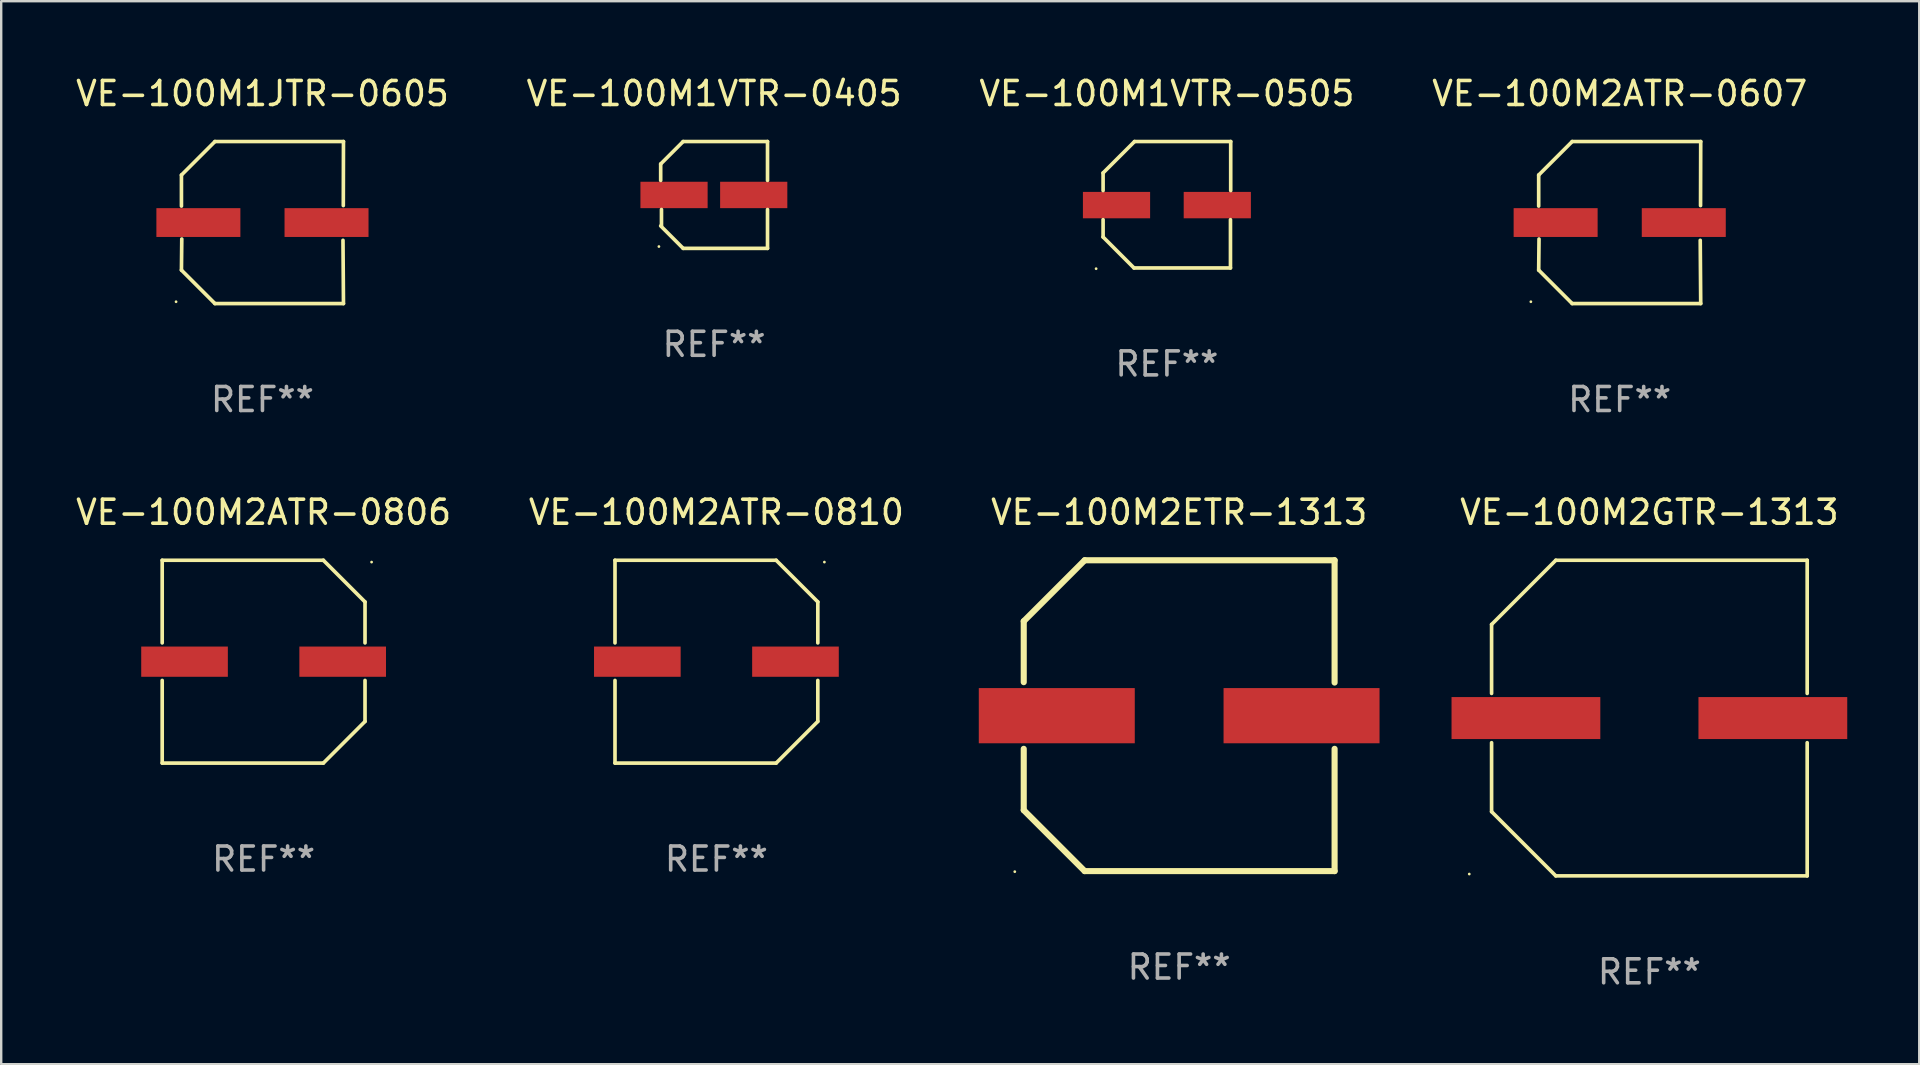
<source format=kicad_pcb>
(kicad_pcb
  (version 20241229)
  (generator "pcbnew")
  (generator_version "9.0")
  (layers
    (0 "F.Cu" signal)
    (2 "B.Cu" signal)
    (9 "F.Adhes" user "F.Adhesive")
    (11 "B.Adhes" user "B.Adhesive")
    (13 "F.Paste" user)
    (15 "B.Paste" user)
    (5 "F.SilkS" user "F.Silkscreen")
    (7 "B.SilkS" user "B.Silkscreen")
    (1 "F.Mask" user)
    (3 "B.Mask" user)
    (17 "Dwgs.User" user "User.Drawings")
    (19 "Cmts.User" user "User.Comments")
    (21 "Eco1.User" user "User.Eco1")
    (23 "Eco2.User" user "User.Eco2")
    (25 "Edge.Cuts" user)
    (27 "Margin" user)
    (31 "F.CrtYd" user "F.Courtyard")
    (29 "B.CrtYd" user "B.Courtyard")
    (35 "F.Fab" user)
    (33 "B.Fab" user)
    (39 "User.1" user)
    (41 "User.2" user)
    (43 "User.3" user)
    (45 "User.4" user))
  (footprint "VE-100M2ETR-1313"
    (layer "F.Cu")
    (at 46.088 26.774)
    (property "Reference" "VE-100M2ETR-1313" (at 0 -8.477 0) (layer "F.SilkS") (effects (font (size 1 1) (thickness 0.15))))
    (attr through_hole)
    (fp_line (start -6.477 -3.937) (end -6.477 -1.397) (stroke (width 0.254) (type solid)) (layer "F.SilkS"))
    (fp_line (start -6.477 1.381) (end -6.477 3.937) (stroke (width 0.254) (type solid)) (layer "F.SilkS"))
    (fp_line (start -6.477 3.937) (end -3.937 6.477) (stroke (width 0.254) (type solid)) (layer "F.SilkS"))
    (fp_line (start -3.937 -6.477) (end -6.477 -3.937) (stroke (width 0.254) (type solid)) (layer "F.SilkS"))
    (fp_line (start -3.937 6.477) (end 6.477 6.477) (stroke (width 0.254) (type solid)) (layer "F.SilkS"))
    (fp_line (start 6.477 -6.477) (end -3.937 -6.477) (stroke (width 0.254) (type solid)) (layer "F.SilkS"))
    (fp_line (start 6.477 -1.381) (end 6.477 -6.477) (stroke (width 0.254) (type solid)) (layer "F.SilkS"))
    (fp_line (start 6.477 6.477) (end 6.477 1.381) (stroke (width 0.254) (type solid)) (layer "F.SilkS"))
    (fp_circle (center -6.85 6.5) (end -6.82 6.5) (stroke (width 0.06) (type solid)) (fill no) (layer "F.SilkS"))
    (fp_text user "REF**" (at 0 10.477 0) (layer "F.Fab") (effects (font (size 1 1) (thickness 0.15))))
    (pad "1" smd rect (at -5.1 0) (size 6.5 2.3) (layers "F.Cu" "F.Mask" "F.Paste"))
    (pad "2" smd rect (at 5.1 0) (size 6.5 2.3) (layers "F.Cu" "F.Mask" "F.Paste")))
  (footprint "VE-100M1JTR-0605"
    (layer "F.Cu")
    (at 7.887 6.224)
    (property "Reference" "VE-100M1JTR-0605" (at 0 -5.376 0) (layer "F.SilkS") (effects (font (size 1 1) (thickness 0.15))))
    (attr through_hole)
    (fp_line (start -3.376 -1.98) (end -3.376 -0.686) (stroke (width 0.152) (type solid)) (layer "F.SilkS"))
    (fp_line (start -3.376 1.981) (end -3.362 0.686) (stroke (width 0.152) (type solid)) (layer "F.SilkS"))
    (fp_line (start -1.981 3.376) (end -3.376 1.981) (stroke (width 0.152) (type solid)) (layer "F.SilkS"))
    (fp_line (start -1.98 -3.376) (end -3.376 -1.98) (stroke (width 0.152) (type solid)) (layer "F.SilkS"))
    (fp_line (start 3.356 0.74) (end 3.376 3.376) (stroke (width 0.152) (type solid)) (layer "F.SilkS"))
    (fp_line (start 3.369 -0.707) (end 3.376 -3.376) (stroke (width 0.152) (type solid)) (layer "F.SilkS"))
    (fp_line (start 3.376 3.376) (end -1.981 3.376) (stroke (width 0.152) (type solid)) (layer "F.SilkS"))
    (fp_line (start 3.376 -3.376) (end -1.98 -3.376) (stroke (width 0.152) (type solid)) (layer "F.SilkS"))
    (fp_circle (center -3.6 3.3) (end -3.57 3.3) (stroke (width 0.06) (type solid)) (fill no) (layer "F.SilkS"))
    (fp_text user "REF**" (at 0 7.376 0) (layer "F.Fab") (effects (font (size 1 1) (thickness 0.15))))
    (pad "1" smd rect (at -2.67 0.000381) (size 3.5 1.2) (layers "F.Cu" "F.Mask" "F.Paste"))
    (pad "2" smd rect (at 2.67 0.000381) (size 3.5 1.2) (layers "F.Cu" "F.Mask" "F.Paste")))
  (footprint "VE-100M2ATR-0607"
    (layer "F.Cu")
    (at 64.446 6.224)
    (property "Reference" "VE-100M2ATR-0607" (at 0 -5.376 0) (layer "F.SilkS") (effects (font (size 1 1) (thickness 0.15))))
    (attr through_hole)
    (fp_line (start -3.376 -1.98) (end -3.376 -0.686) (stroke (width 0.152) (type solid)) (layer "F.SilkS"))
    (fp_line (start -3.376 1.981) (end -3.362 0.686) (stroke (width 0.152) (type solid)) (layer "F.SilkS"))
    (fp_line (start -1.981 3.376) (end -3.376 1.981) (stroke (width 0.152) (type solid)) (layer "F.SilkS"))
    (fp_line (start -1.98 -3.376) (end -3.376 -1.98) (stroke (width 0.152) (type solid)) (layer "F.SilkS"))
    (fp_line (start 3.356 0.74) (end 3.376 3.376) (stroke (width 0.152) (type solid)) (layer "F.SilkS"))
    (fp_line (start 3.369 -0.707) (end 3.376 -3.376) (stroke (width 0.152) (type solid)) (layer "F.SilkS"))
    (fp_line (start 3.376 3.376) (end -1.981 3.376) (stroke (width 0.152) (type solid)) (layer "F.SilkS"))
    (fp_line (start 3.376 -3.376) (end -1.98 -3.376) (stroke (width 0.152) (type solid)) (layer "F.SilkS"))
    (fp_circle (center -3.702 3.3) (end -3.672 3.3) (stroke (width 0.06) (type solid)) (fill no) (layer "F.SilkS"))
    (fp_text user "REF**" (at 0 7.376 0) (layer "F.Fab") (effects (font (size 1 1) (thickness 0.15))))
    (pad "1" smd rect (at -2.67 0.000203) (size 3.5 1.2) (layers "F.Cu" "F.Mask" "F.Paste"))
    (pad "2" smd rect (at 2.67 0.000203) (size 3.5 1.2) (layers "F.Cu" "F.Mask" "F.Paste")))
  (footprint "VE-100M1VTR-0405"
    (layer "F.Cu")
    (at 26.708 5.074)
    (property "Reference" "VE-100M1VTR-0405" (at 0 -4.226 0) (layer "F.SilkS") (effects (font (size 1 1) (thickness 0.15))))
    (attr through_hole)
    (fp_line (start -2.226 -1.29) (end -2.226 -0.607) (stroke (width 0.152) (type solid)) (layer "F.SilkS"))
    (fp_line (start -2.193 1.29) (end -2.193 0.607) (stroke (width 0.152) (type solid)) (layer "F.SilkS"))
    (fp_line (start -1.29 2.226) (end -2.226 1.29) (stroke (width 0.152) (type solid)) (layer "F.SilkS"))
    (fp_line (start -1.29 -2.226) (end -2.226 -1.29) (stroke (width 0.152) (type solid)) (layer "F.SilkS"))
    (fp_line (start 2.226 -2.226) (end -1.29 -2.226) (stroke (width 0.152) (type solid)) (layer "F.SilkS"))
    (fp_line (start 2.226 -0.607) (end 2.226 -2.226) (stroke (width 0.152) (type solid)) (layer "F.SilkS"))
    (fp_line (start 2.226 0.607) (end 2.226 2.226) (stroke (width 0.152) (type solid)) (layer "F.SilkS"))
    (fp_line (start 2.226 2.226) (end -1.29 2.226) (stroke (width 0.152) (type solid)) (layer "F.SilkS"))
    (fp_circle (center -2.3 2.15) (end -2.27 2.15) (stroke (width 0.06) (type solid)) (fill no) (layer "F.SilkS"))
    (fp_text user "REF**" (at 0 6.226 0) (layer "F.Fab") (effects (font (size 1 1) (thickness 0.15))))
    (pad "1" smd rect (at -1.67 -0.000025) (size 2.8 1.1) (layers "F.Cu" "F.Mask" "F.Paste"))
    (pad "2" smd rect (at 1.651 -0.000025) (size 2.8 1.1) (layers "F.Cu" "F.Mask" "F.Paste")))
  (footprint "VE-100M2GTR-1313"
    (layer "F.Cu")
    (at 65.683 26.873)
    (property "Reference" "VE-100M2GTR-1313" (at 0 -8.576 0) (layer "F.SilkS") (effects (font (size 1 1) (thickness 0.15))))
    (attr through_hole)
    (fp_line (start -6.576 -3.9) (end -6.576 -1.027) (stroke (width 0.152) (type solid)) (layer "F.SilkS"))
    (fp_line (start -6.576 3.9) (end -6.576 1.027) (stroke (width 0.152) (type solid)) (layer "F.SilkS"))
    (fp_line (start -3.9 -6.576) (end -6.576 -3.9) (stroke (width 0.152) (type solid)) (layer "F.SilkS"))
    (fp_line (start -3.9 6.576) (end -6.576 3.9) (stroke (width 0.152) (type solid)) (layer "F.SilkS"))
    (fp_line (start 6.576 -6.576) (end -3.9 -6.576) (stroke (width 0.152) (type solid)) (layer "F.SilkS"))
    (fp_line (start 6.576 -1.027) (end 6.576 -6.576) (stroke (width 0.152) (type solid)) (layer "F.SilkS"))
    (fp_line (start 6.576 1.027) (end 6.576 6.576) (stroke (width 0.152) (type solid)) (layer "F.SilkS"))
    (fp_line (start 6.576 6.576) (end -3.9 6.576) (stroke (width 0.152) (type solid)) (layer "F.SilkS"))
    (fp_circle (center -7.506 6.5) (end -7.476 6.5) (stroke (width 0.06) (type solid)) (fill no) (layer "F.SilkS"))
    (fp_text user "REF**" (at 0 10.576 0) (layer "F.Fab") (effects (font (size 1 1) (thickness 0.15))))
    (pad "1" smd rect (at -5.145 0) (size 6.2 1.75) (layers "F.Cu" "F.Mask" "F.Paste"))
    (pad "2" smd rect (at 5.145 0) (size 6.2 1.75) (layers "F.Cu" "F.Mask" "F.Paste")))
  (footprint "VE-100M2ATR-0810"
    (layer "F.Cu")
    (at 26.804 24.523)
    (property "Reference" "VE-100M2ATR-0810" (at 0 -6.226 0) (layer "F.SilkS") (effects (font (size 1 1) (thickness 0.15))))
    (attr through_hole)
    (fp_line (start -4.226 -4.226) (end 2.49 -4.226) (stroke (width 0.152) (type solid)) (layer "F.SilkS"))
    (fp_line (start -4.226 -0.782) (end -4.226 -4.226) (stroke (width 0.152) (type solid)) (layer "F.SilkS"))
    (fp_line (start -4.226 0.782) (end -4.226 4.226) (stroke (width 0.152) (type solid)) (layer "F.SilkS"))
    (fp_line (start -4.226 4.226) (end 2.49 4.226) (stroke (width 0.152) (type solid)) (layer "F.SilkS"))
    (fp_line (start 2.49 -4.226) (end 4.226 -2.49) (stroke (width 0.152) (type solid)) (layer "F.SilkS"))
    (fp_line (start 2.49 4.226) (end 4.226 2.49) (stroke (width 0.152) (type solid)) (layer "F.SilkS"))
    (fp_line (start 4.226 -2.49) (end 4.226 -0.782) (stroke (width 0.152) (type solid)) (layer "F.SilkS"))
    (fp_line (start 4.226 2.49) (end 4.226 0.782) (stroke (width 0.152) (type solid)) (layer "F.SilkS"))
    (fp_circle (center 4.5 -4.15) (end 4.53 -4.15) (stroke (width 0.06) (type solid)) (fill no) (layer "F.SilkS"))
    (fp_text user "REF**" (at 0 8.226 0) (layer "F.Fab") (effects (font (size 1 1) (thickness 0.15))))
    (pad "1" smd rect (at 3.295 0 180) (size 3.61 1.26) (layers "F.Cu" "F.Mask" "F.Paste"))
    (pad "2" smd rect (at -3.295 0 180) (size 3.61 1.26) (layers "F.Cu" "F.Mask" "F.Paste")))
  (footprint "VE-100M2ATR-0806"
    (layer "F.Cu")
    (at 7.935 24.523)
    (property "Reference" "VE-100M2ATR-0806" (at 0 -6.226 0) (layer "F.SilkS") (effects (font (size 1 1) (thickness 0.15))))
    (attr through_hole)
    (fp_line (start -4.226 -4.226) (end 2.49 -4.226) (stroke (width 0.152) (type solid)) (layer "F.SilkS"))
    (fp_line (start -4.226 -0.782) (end -4.226 -4.226) (stroke (width 0.152) (type solid)) (layer "F.SilkS"))
    (fp_line (start -4.226 0.782) (end -4.226 4.226) (stroke (width 0.152) (type solid)) (layer "F.SilkS"))
    (fp_line (start -4.226 4.226) (end 2.49 4.226) (stroke (width 0.152) (type solid)) (layer "F.SilkS"))
    (fp_line (start 2.49 -4.226) (end 4.226 -2.49) (stroke (width 0.152) (type solid)) (layer "F.SilkS"))
    (fp_line (start 2.49 4.226) (end 4.226 2.49) (stroke (width 0.152) (type solid)) (layer "F.SilkS"))
    (fp_line (start 4.226 -2.49) (end 4.226 -0.782) (stroke (width 0.152) (type solid)) (layer "F.SilkS"))
    (fp_line (start 4.226 2.49) (end 4.226 0.782) (stroke (width 0.152) (type solid)) (layer "F.SilkS"))
    (fp_circle (center 4.5 -4.15) (end 4.53 -4.15) (stroke (width 0.06) (type solid)) (fill no) (layer "F.SilkS"))
    (fp_text user "REF**" (at 0 8.226 0) (layer "F.Fab") (effects (font (size 1 1) (thickness 0.15))))
    (pad "1" smd rect (at 3.295 0 180) (size 3.61 1.26) (layers "F.Cu" "F.Mask" "F.Paste"))
    (pad "2" smd rect (at -3.295 0 180) (size 3.61 1.26) (layers "F.Cu" "F.Mask" "F.Paste")))
  (footprint "VE-100M1VTR-0505"
    (layer "F.Cu")
    (at 45.577 5.482)
    (property "Reference" "VE-100M1VTR-0505" (at 0 -4.634 0) (layer "F.SilkS") (effects (font (size 1 1) (thickness 0.15))))
    (attr through_hole)
    (fp_line (start -2.659 -1.326) (end -2.659 -0.592) (stroke (width 0.152) (type solid)) (layer "F.SilkS"))
    (fp_line (start -2.659 1.346) (end -2.659 0.622) (stroke (width 0.152) (type solid)) (layer "F.SilkS"))
    (fp_line (start -1.372 2.634) (end -2.659 1.346) (stroke (width 0.152) (type solid)) (layer "F.SilkS"))
    (fp_line (start -1.349 -2.634) (end -2.659 -1.326) (stroke (width 0.152) (type solid)) (layer "F.SilkS"))
    (fp_line (start 2.649 0.622) (end 2.649 2.634) (stroke (width 0.152) (type solid)) (layer "F.SilkS"))
    (fp_line (start 2.649 2.634) (end -1.372 2.634) (stroke (width 0.152) (type solid)) (layer "F.SilkS"))
    (fp_line (start 2.659 -2.634) (end -1.349 -2.634) (stroke (width 0.152) (type solid)) (layer "F.SilkS"))
    (fp_line (start 2.659 -0.592) (end 2.659 -2.634) (stroke (width 0.152) (type solid)) (layer "F.SilkS"))
    (fp_circle (center -2.95 2.665) (end -2.92 2.665) (stroke (width 0.06) (type solid)) (fill no) (layer "F.SilkS"))
    (fp_text user "REF**" (at 0 6.634 0) (layer "F.Fab") (effects (font (size 1 1) (thickness 0.15))))
    (pad "1" smd rect (at -2.1 0.015) (size 2.8 1.1) (layers "F.Cu" "F.Mask" "F.Paste"))
    (pad "2" smd rect (at 2.1 0.015) (size 2.8 1.1) (layers "F.Cu" "F.Mask" "F.Paste")))
  (gr_rect
    (start -3 -3)
    (end 76.928 41.297)
    (stroke (width 0.1) (type default))
    (fill no)
    (layer "Edge.Cuts")))
</source>
